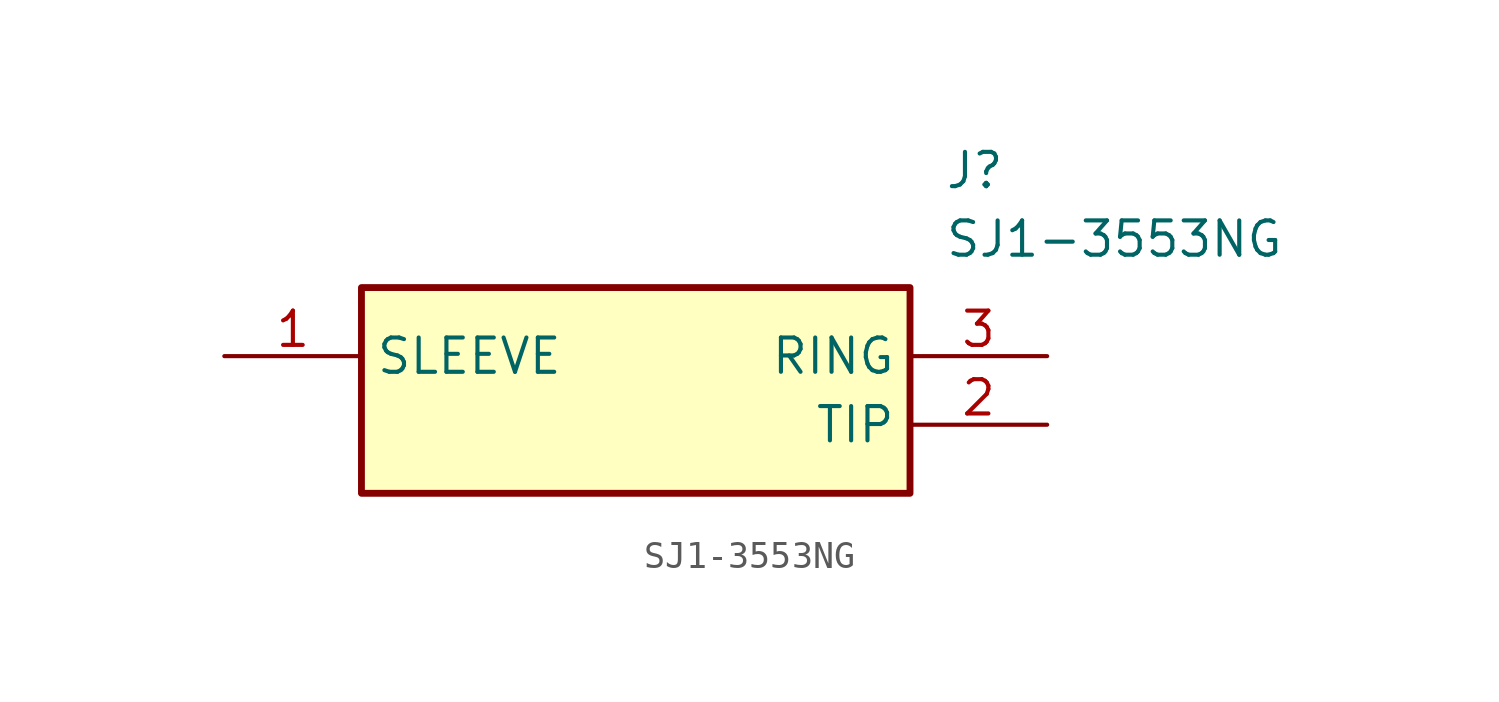
<source format=kicad_sym>
(kicad_symbol_lib
  (version 20211014)
  (generator SamacSys_ECAD_Model)
  (symbol "SJ1-3553NG"
    (property "Reference" "J"
      (at 26.67 7.62 0)
      (effects (font (size 1.27 1.27)) (justify left top)))
    (property "Value" "SJ1-3553NG"
      (at 26.67 5.08 0)
      (effects (font (size 1.27 1.27)) (justify left top)))
    (rectangle
      (start 5.08 2.54)
      (end 25.4 -5.08)
      (stroke (width 0.254) (type default))
      (fill (type background)))
    (pin passive line
      (at 0 0 0)
      (length 5.08)
      (name "SLEEVE" (effects (font (size 1.27 1.27))))
      (number "1" (effects (font (size 1.27 1.27)))))
    (pin passive line
      (at 30.48 -2.54 180)
      (length 5.08)
      (name "TIP" (effects (font (size 1.27 1.27))))
      (number "2" (effects (font (size 1.27 1.27)))))
    (pin passive line
      (at 30.48 0 180)
      (length 5.08)
      (name "RING" (effects (font (size 1.27 1.27))))
      (number "3" (effects (font (size 1.27 1.27)))))))
</source>
